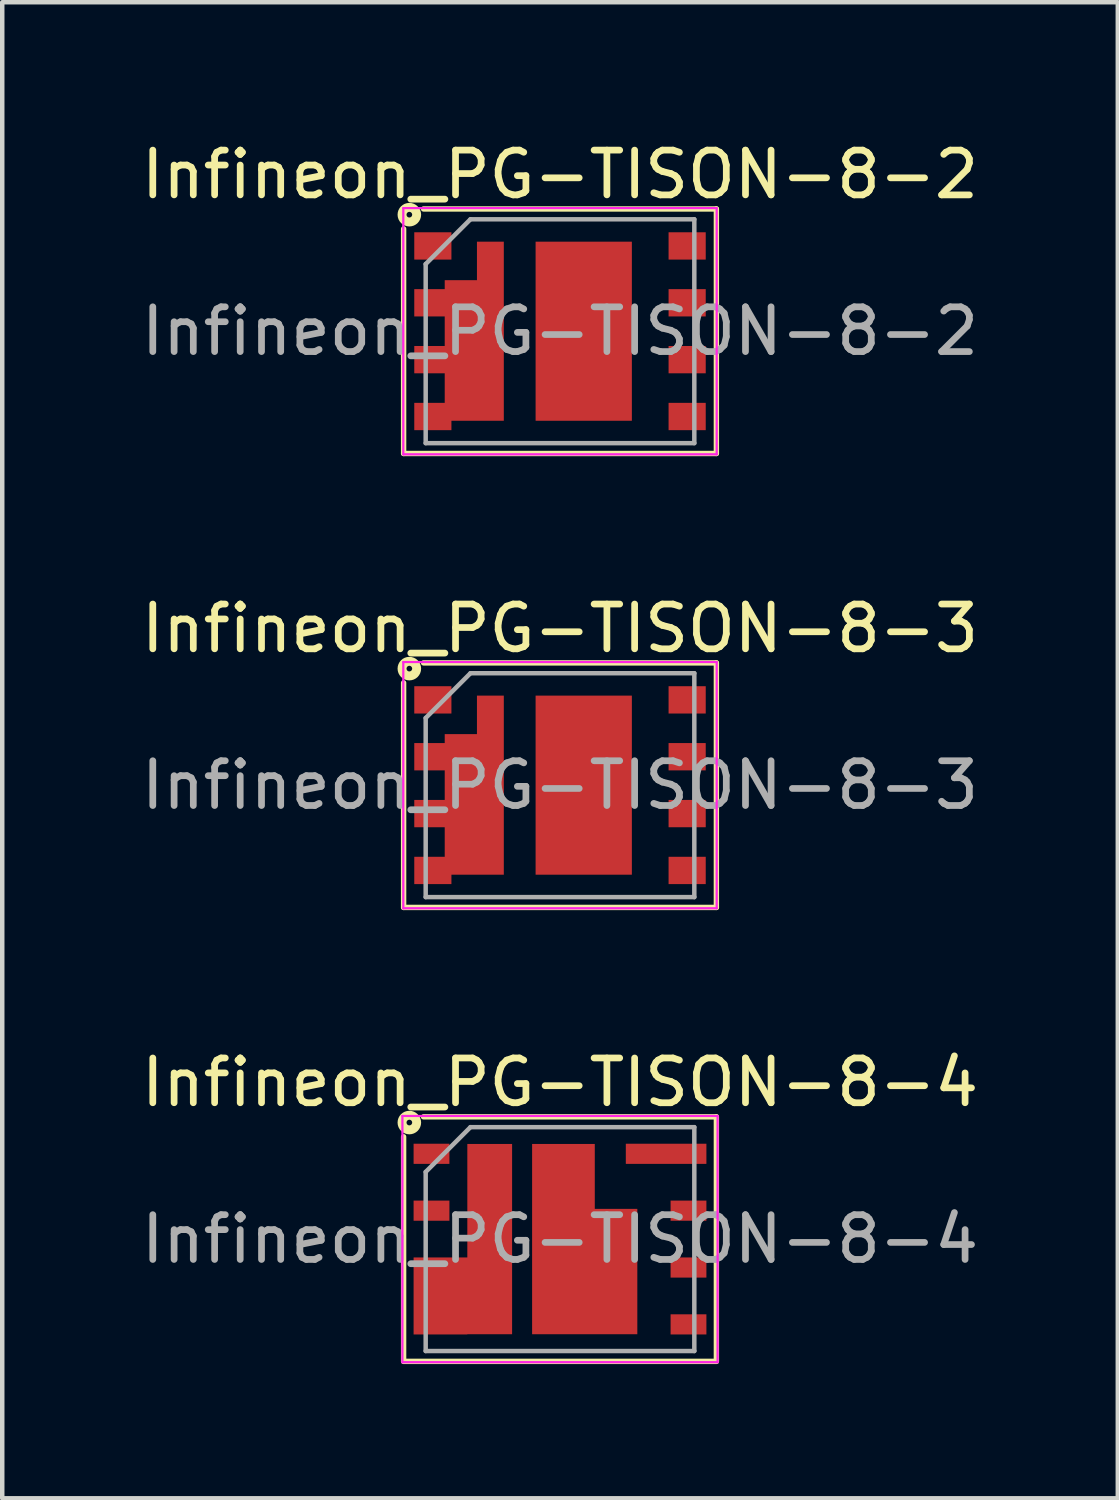
<source format=kicad_pcb>
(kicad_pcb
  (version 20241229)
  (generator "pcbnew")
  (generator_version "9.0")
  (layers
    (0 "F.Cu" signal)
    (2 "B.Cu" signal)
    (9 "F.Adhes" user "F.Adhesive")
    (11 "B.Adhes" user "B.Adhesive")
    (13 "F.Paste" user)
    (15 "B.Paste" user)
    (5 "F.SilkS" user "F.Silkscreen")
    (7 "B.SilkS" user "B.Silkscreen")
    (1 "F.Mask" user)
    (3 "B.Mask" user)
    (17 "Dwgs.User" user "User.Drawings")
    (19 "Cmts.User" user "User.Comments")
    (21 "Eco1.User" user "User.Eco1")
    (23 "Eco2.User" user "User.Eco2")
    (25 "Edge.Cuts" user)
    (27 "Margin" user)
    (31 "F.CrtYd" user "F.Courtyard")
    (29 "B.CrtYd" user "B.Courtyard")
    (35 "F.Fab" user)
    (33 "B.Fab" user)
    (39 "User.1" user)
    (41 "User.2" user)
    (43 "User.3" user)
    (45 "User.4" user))
  (footprint "Infineon_PG-TISON-8-3"
    (layer "F.Cu")
    (at 9.458 14.487)
    (property "Reference" "Infineon_PG-TISON-8-3" (at 0 -3.5 0) (layer "F.SilkS") (effects (font (size 1 1) (thickness 0.15))))
    (attr smd)
    (fp_line (start -3.493 2.731) (end -3.493 -2.286) (stroke (width 0.12) (type solid)) (layer "F.SilkS"))
    (fp_line (start -3.048 -2.731) (end 3.493 -2.731) (stroke (width 0.12) (type solid)) (layer "F.SilkS"))
    (fp_line (start 3.493 -2.731) (end 3.493 2.731) (stroke (width 0.12) (type solid)) (layer "F.SilkS"))
    (fp_line (start 3.493 2.731) (end -3.493 2.731) (stroke (width 0.12) (type solid)) (layer "F.SilkS"))
    (fp_circle (center -3.365 -2.603) (end -3.302 -2.603) (stroke (width 0.2) (type solid)) (fill no) (layer "F.SilkS"))
    (fp_line (start -3.5 -2.75) (end 3.5 -2.75) (stroke (width 0.05) (type solid)) (layer "F.CrtYd"))
    (fp_line (start -3.5 2.75) (end -3.5 -2.75) (stroke (width 0.05) (type solid)) (layer "F.CrtYd"))
    (fp_line (start 3.5 -2.75) (end 3.5 2.75) (stroke (width 0.05) (type solid)) (layer "F.CrtYd"))
    (fp_line (start 3.5 2.75) (end -3.5 2.75) (stroke (width 0.05) (type solid)) (layer "F.CrtYd"))
    (fp_line (start -3 -1.5) (end -3 2.5) (stroke (width 0.1) (type solid)) (layer "F.Fab"))
    (fp_line (start -2 -2.5) (end -3 -1.5) (stroke (width 0.1) (type solid)) (layer "F.Fab"))
    (fp_line (start -2 -2.5) (end 3 -2.5) (stroke (width 0.1) (type solid)) (layer "F.Fab"))
    (fp_line (start 3 -2.5) (end 3 2.5) (stroke (width 0.1) (type solid)) (layer "F.Fab"))
    (fp_line (start 3 2.5) (end -3 2.5) (stroke (width 0.1) (type solid)) (layer "F.Fab"))
    (fp_text user "${REFERENCE}" (at 0 0 0) (layer "F.Fab") (effects (font (size 1 1) (thickness 0.15))))
    (pad "" smd rect (at -2.84 -0.635) (size 0.73 0.51) (layers "F.Paste"))
    (pad "" smd rect (at -2.84 0.635) (size 0.73 0.51) (layers "F.Paste"))
    (pad "" smd rect (at -2.84 1.905) (size 0.73 0.51) (layers "F.Paste"))
    (pad "" smd rect (at -1.82 -0.64) (size 0.9 0.5) (layers "F.Paste"))
    (pad "" smd rect (at -1.82 0.06) (size 0.9 0.5) (layers "F.Paste"))
    (pad "" smd rect (at -1.82 0.76) (size 0.9 0.5) (layers "F.Paste"))
    (pad "" smd rect (at -1.82 1.46) (size 0.9 0.5) (layers "F.Paste"))
    (pad "" smd rect (at -1.545 -1.6) (size 0.35 0.6) (layers "F.Paste"))
    (pad "" smd rect (at 0 -1.425) (size 0.75 0.75) (layers "F.Paste"))
    (pad "" smd rect (at 0 -0.475) (size 0.75 0.75) (layers "F.Paste"))
    (pad "" smd rect (at 0 0.475) (size 0.75 0.75) (layers "F.Paste"))
    (pad "" smd rect (at 0 1.425) (size 0.75 0.75) (layers "F.Paste"))
    (pad "" smd rect (at 1.025 -1.425) (size 0.75 0.75) (layers "F.Paste"))
    (pad "" smd rect (at 1.025 -0.475) (size 0.75 0.75) (layers "F.Paste"))
    (pad "" smd rect (at 1.025 0.475) (size 0.75 0.75) (layers "F.Paste"))
    (pad "" smd rect (at 1.025 1.425) (size 0.75 0.75) (layers "F.Paste"))
    (pad "1" smd rect (at -2.84 -1.905) (size 0.83 0.61) (layers "F.Cu" "F.Mask" "F.Paste"))
    (pad "2" smd custom (at -1.555 0) (size 0.6 4) (layers "F.Cu" "F.Mask") (options (anchor rect)) (primitives (gr_poly (pts (xy -0.3 2) (xy -0.87 2) (xy -0.87 2.21) (xy -1.7 2.21) (xy -1.7 1.6) (xy -1.02 1.6) (xy -1.02 0.94) (xy -1.7 0.94) (xy -1.7 0.33) (xy -1.02 0.33) (xy -1.02 -0.33) (xy -1.7 -0.33) (xy -1.7 -0.94) (xy -1.02 -0.94) (xy -1.02 -1.14) (xy -0.3 -1.14)) (width 0) (fill yes))))
    (pad "3" smd rect (at 2.84 1.905) (size 0.83 0.61) (layers "F.Cu" "F.Mask" "F.Paste"))
    (pad "4" smd rect (at 2.84 0.635) (size 0.83 0.61) (layers "F.Cu" "F.Mask" "F.Paste"))
    (pad "5" smd rect (at 2.84 -0.635) (size 0.83 0.61) (layers "F.Cu" "F.Mask" "F.Paste"))
    (pad "6" smd rect (at 2.84 -1.905) (size 0.83 0.61) (layers "F.Cu" "F.Mask" "F.Paste"))
    (pad "7" smd rect (at 0.53 0) (size 2.15 4) (layers "F.Cu" "F.Mask")))
  (footprint "Infineon_PG-TISON-8-4"
    (layer "F.Cu")
    (at 9.458 24.626)
    (property "Reference" "Infineon_PG-TISON-8-4" (at 0 -3.5 0) (layer "F.SilkS") (effects (font (size 1 1) (thickness 0.15))))
    (attr smd)
    (fp_line (start -3.493 2.731) (end -3.493 -2.286) (stroke (width 0.12) (type solid)) (layer "F.SilkS"))
    (fp_line (start -3.048 -2.731) (end 3.493 -2.731) (stroke (width 0.12) (type solid)) (layer "F.SilkS"))
    (fp_line (start 3.493 -2.731) (end 3.493 2.731) (stroke (width 0.12) (type solid)) (layer "F.SilkS"))
    (fp_line (start 3.493 2.731) (end -3.493 2.731) (stroke (width 0.12) (type solid)) (layer "F.SilkS"))
    (fp_circle (center -3.365 -2.603) (end -3.302 -2.603) (stroke (width 0.2) (type solid)) (fill no) (layer "F.SilkS"))
    (fp_line (start -3.52 -2.75) (end 3.52 -2.75) (stroke (width 0.05) (type solid)) (layer "F.CrtYd"))
    (fp_line (start -3.52 2.75) (end -3.52 -2.75) (stroke (width 0.05) (type solid)) (layer "F.CrtYd"))
    (fp_line (start 3.52 -2.75) (end 3.52 2.75) (stroke (width 0.05) (type solid)) (layer "F.CrtYd"))
    (fp_line (start 3.52 2.75) (end -3.52 2.75) (stroke (width 0.05) (type solid)) (layer "F.CrtYd"))
    (fp_line (start -3 -1.5) (end -3 2.5) (stroke (width 0.1) (type solid)) (layer "F.Fab"))
    (fp_line (start -2 -2.5) (end -3 -1.5) (stroke (width 0.1) (type solid)) (layer "F.Fab"))
    (fp_line (start -2 -2.5) (end 3 -2.5) (stroke (width 0.1) (type solid)) (layer "F.Fab"))
    (fp_line (start 3 -2.5) (end 3 2.5) (stroke (width 0.1) (type solid)) (layer "F.Fab"))
    (fp_line (start 3 2.5) (end -3 2.5) (stroke (width 0.1) (type solid)) (layer "F.Fab"))
    (fp_text user "${REFERENCE}" (at 0 0 0) (layer "F.Fab") (effects (font (size 1 1) (thickness 0.15))))
    (pad "" smd rect (at -2.87 0.635) (size 0.7 0.35) (layers "F.Paste"))
    (pad "" smd rect (at -2.87 0.635) (size 0.8 0.45) (layers "F.Mask"))
    (pad "" smd rect (at -2.87 1.905) (size 0.7 0.35) (layers "F.Paste"))
    (pad "" smd rect (at -2.87 1.905) (size 0.8 0.45) (layers "F.Mask"))
    (pad "" smd rect (at -1.57 -1.5) (size 0.8 0.75) (layers "F.Paste"))
    (pad "" smd rect (at -1.57 -0.5) (size 0.8 0.75) (layers "F.Paste"))
    (pad "" smd rect (at -1.57 0) (size 1 4.25) (layers "F.Mask"))
    (pad "" smd rect (at -1.57 0.5) (size 0.8 0.75) (layers "F.Paste"))
    (pad "" smd rect (at -1.57 1.5) (size 0.8 0.75) (layers "F.Paste"))
    (pad "" smd rect (at 0 -1.5) (size 0.85 0.75) (layers "F.Paste"))
    (pad "" smd rect (at 0 -0.5) (size 0.85 0.75) (layers "F.Paste"))
    (pad "" smd rect (at 0 0.5) (size 0.85 0.75) (layers "F.Paste"))
    (pad "" smd rect (at 0 1.5) (size 0.85 0.75) (layers "F.Paste"))
    (pad "" smd rect (at 1.1 -0.315) (size 0.85 0.38) (layers "F.Paste"))
    (pad "" smd rect (at 1.1 0.5) (size 0.85 0.75) (layers "F.Paste"))
    (pad "" smd rect (at 1.1 1.5) (size 0.85 0.75) (layers "F.Paste"))
    (pad "" smd rect (at 1.92 -1.905) (size 0.8 0.35) (layers "F.Paste"))
    (pad "" smd rect (at 2.87 -1.905) (size 0.7 0.35) (layers "F.Paste"))
    (pad "1" smd rect (at -2.87 -1.905) (size 0.8 0.45) (layers "F.Cu" "F.Mask" "F.Paste"))
    (pad "2" smd rect (at -2.87 -0.635) (size 0.8 0.45) (layers "F.Cu" "F.Mask" "F.Paste"))
    (pad "3" smd custom (at -1.57 0) (size 1 4.25) (layers "F.Cu") (options (anchor rect)) (primitives (gr_poly (pts (xy -0.5 2.13) (xy -1.7 2.13) (xy -1.7 0.41) (xy -0.5 0.41)) (width 0) (fill yes))))
    (pad "4" smd rect (at 2.87 1.905) (size 0.8 0.45) (layers "F.Cu" "F.Mask" "F.Paste"))
    (pad "5" smd rect (at 2.87 0.635) (size 0.8 0.45) (layers "F.Cu" "F.Mask" "F.Paste"))
    (pad "6" smd rect (at 2.87 -0.635) (size 0.8 0.45) (layers "F.Cu" "F.Mask" "F.Paste"))
    (pad "7" smd rect (at 2.37 -1.905) (size 1.8 0.45) (layers "F.Cu" "F.Mask"))
    (pad "8" smd custom (at 0.077 0) (size 1.4 4.25) (layers "F.Cu" "F.Mask") (options (anchor rect)) (primitives (gr_poly (pts (xy 1.65 2.125) (xy 0.7 2.125) (xy 0.7 -0.675) (xy 1.65 -0.675)) (width 0) (fill yes)))))
  (footprint "Infineon_PG-TISON-8-2"
    (layer "F.Cu")
    (at 9.458 4.348)
    (property "Reference" "Infineon_PG-TISON-8-2" (at 0 -3.5 0) (layer "F.SilkS") (effects (font (size 1 1) (thickness 0.15))))
    (attr smd)
    (fp_line (start -3.493 2.731) (end -3.493 -2.286) (stroke (width 0.12) (type solid)) (layer "F.SilkS"))
    (fp_line (start -3.048 -2.731) (end 3.493 -2.731) (stroke (width 0.12) (type solid)) (layer "F.SilkS"))
    (fp_line (start 3.493 -2.731) (end 3.493 2.731) (stroke (width 0.12) (type solid)) (layer "F.SilkS"))
    (fp_line (start 3.493 2.731) (end -3.493 2.731) (stroke (width 0.12) (type solid)) (layer "F.SilkS"))
    (fp_circle (center -3.365 -2.603) (end -3.302 -2.603) (stroke (width 0.2) (type solid)) (fill no) (layer "F.SilkS"))
    (fp_line (start -3.5 -2.75) (end 3.5 -2.75) (stroke (width 0.05) (type solid)) (layer "F.CrtYd"))
    (fp_line (start -3.5 2.75) (end -3.5 -2.75) (stroke (width 0.05) (type solid)) (layer "F.CrtYd"))
    (fp_line (start 3.5 -2.75) (end 3.5 2.75) (stroke (width 0.05) (type solid)) (layer "F.CrtYd"))
    (fp_line (start 3.5 2.75) (end -3.5 2.75) (stroke (width 0.05) (type solid)) (layer "F.CrtYd"))
    (fp_line (start -3 -1.5) (end -3 2.5) (stroke (width 0.1) (type solid)) (layer "F.Fab"))
    (fp_line (start -2 -2.5) (end -3 -1.5) (stroke (width 0.1) (type solid)) (layer "F.Fab"))
    (fp_line (start -2 -2.5) (end 3 -2.5) (stroke (width 0.1) (type solid)) (layer "F.Fab"))
    (fp_line (start 3 -2.5) (end 3 2.5) (stroke (width 0.1) (type solid)) (layer "F.Fab"))
    (fp_line (start 3 2.5) (end -3 2.5) (stroke (width 0.1) (type solid)) (layer "F.Fab"))
    (fp_text user "${REFERENCE}" (at 0 0 0) (layer "F.Fab") (effects (font (size 1 1) (thickness 0.15))))
    (pad "" smd rect (at -2.84 -0.635) (size 0.73 0.51) (layers "F.Paste"))
    (pad "" smd rect (at -2.84 0.635) (size 0.73 0.51) (layers "F.Paste"))
    (pad "" smd rect (at -2.84 1.905) (size 0.73 0.51) (layers "F.Paste"))
    (pad "" smd rect (at -1.82 -0.64) (size 0.9 0.5) (layers "F.Paste"))
    (pad "" smd rect (at -1.82 0.06) (size 0.9 0.5) (layers "F.Paste"))
    (pad "" smd rect (at -1.82 0.76) (size 0.9 0.5) (layers "F.Paste"))
    (pad "" smd rect (at -1.82 1.46) (size 0.9 0.5) (layers "F.Paste"))
    (pad "" smd rect (at -1.545 -1.6) (size 0.35 0.6) (layers "F.Paste"))
    (pad "" smd rect (at 0 -1.425) (size 0.75 0.75) (layers "F.Paste"))
    (pad "" smd rect (at 0 -0.475) (size 0.75 0.75) (layers "F.Paste"))
    (pad "" smd rect (at 0 0.475) (size 0.75 0.75) (layers "F.Paste"))
    (pad "" smd rect (at 0 1.425) (size 0.75 0.75) (layers "F.Paste"))
    (pad "" smd rect (at 1.025 -1.425) (size 0.75 0.75) (layers "F.Paste"))
    (pad "" smd rect (at 1.025 -0.475) (size 0.75 0.75) (layers "F.Paste"))
    (pad "" smd rect (at 1.025 0.475) (size 0.75 0.75) (layers "F.Paste"))
    (pad "" smd rect (at 1.025 1.425) (size 0.75 0.75) (layers "F.Paste"))
    (pad "1" smd rect (at -2.84 -1.905) (size 0.83 0.61) (layers "F.Cu" "F.Mask" "F.Paste"))
    (pad "2" smd custom (at -1.555 0) (size 0.6 4) (layers "F.Cu" "F.Mask") (options (anchor rect)) (primitives (gr_poly (pts (xy -0.3 2) (xy -0.87 2) (xy -0.87 2.21) (xy -1.7 2.21) (xy -1.7 1.6) (xy -1.02 1.6) (xy -1.02 0.94) (xy -1.7 0.94) (xy -1.7 0.33) (xy -1.02 0.33) (xy -1.02 -0.33) (xy -1.7 -0.33) (xy -1.7 -0.94) (xy -1.02 -0.94) (xy -1.02 -1.14) (xy -0.3 -1.14)) (width 0) (fill yes))))
    (pad "3" smd rect (at 2.84 1.905) (size 0.83 0.61) (layers "F.Cu" "F.Mask" "F.Paste"))
    (pad "4" smd rect (at 2.84 0.635) (size 0.83 0.61) (layers "F.Cu" "F.Mask" "F.Paste"))
    (pad "5" smd rect (at 2.84 -0.635) (size 0.83 0.61) (layers "F.Cu" "F.Mask" "F.Paste"))
    (pad "6" smd rect (at 2.84 -1.905) (size 0.83 0.61) (layers "F.Cu" "F.Mask" "F.Paste"))
    (pad "7" smd rect (at 0.53 0) (size 2.15 4) (layers "F.Cu" "F.Mask")))
  (gr_rect
    (start -3 -3)
    (end 21.917 30.416)
    (stroke (width 0.1) (type default))
    (fill no)
    (layer "Edge.Cuts")))
</source>
